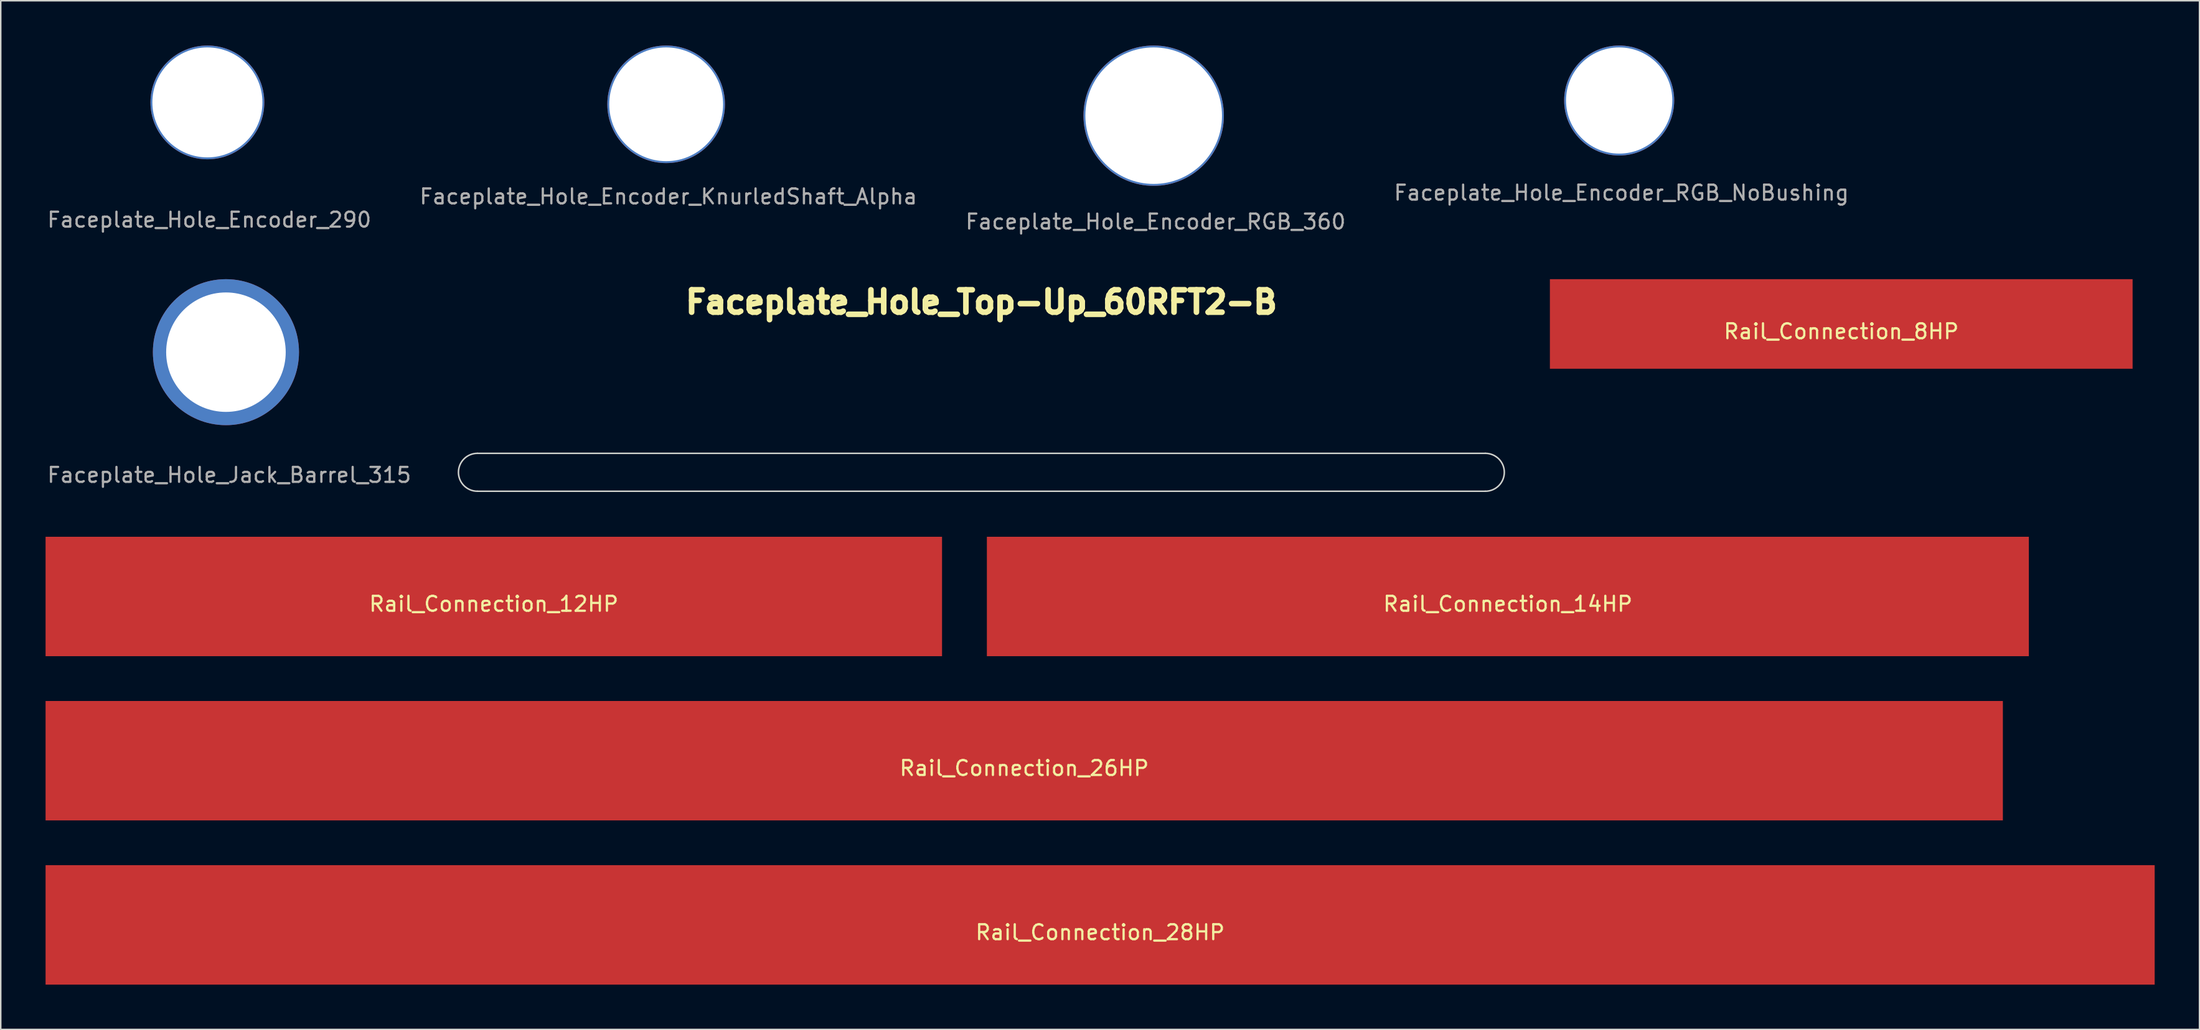
<source format=kicad_pcb>
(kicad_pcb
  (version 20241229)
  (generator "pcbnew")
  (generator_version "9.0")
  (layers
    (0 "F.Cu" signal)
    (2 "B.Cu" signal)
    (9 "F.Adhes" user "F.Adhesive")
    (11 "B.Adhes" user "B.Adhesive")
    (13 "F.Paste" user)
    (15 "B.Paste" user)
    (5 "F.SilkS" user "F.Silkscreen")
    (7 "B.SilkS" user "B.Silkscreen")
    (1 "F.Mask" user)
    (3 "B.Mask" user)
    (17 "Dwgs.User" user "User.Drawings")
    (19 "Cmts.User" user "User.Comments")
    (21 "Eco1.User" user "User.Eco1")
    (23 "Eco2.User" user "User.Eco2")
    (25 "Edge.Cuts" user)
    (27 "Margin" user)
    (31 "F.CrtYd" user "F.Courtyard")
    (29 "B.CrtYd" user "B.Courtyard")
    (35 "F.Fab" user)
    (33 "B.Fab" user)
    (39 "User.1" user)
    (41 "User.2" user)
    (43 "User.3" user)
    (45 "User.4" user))
  (footprint "Rail_Connection_28HP"
    (layer "F.Cu")
    (at 70.58 58.907)
    (property "Reference" "Rail_Connection_28HP" (at 0 0.5 0) (layer "F.SilkS") (effects (font (size 1 1) (thickness 0.15))))
    (attr through_hole)
    (pad "1" smd rect (at 0 0) (size 141.16 8) (layers "F.Cu" "F.Mask" "F.Paste")))
  (footprint "Rail_Connection_26HP"
    (layer "F.Cu")
    (at 65.5 47.907)
    (property "Reference" "Rail_Connection_26HP" (at 0 0.5 0) (layer "F.SilkS") (effects (font (size 1 1) (thickness 0.15))))
    (attr through_hole)
    (pad "1" smd rect (at 0 0) (size 131 8) (layers "F.Cu" "F.Mask" "F.Paste")))
  (footprint "Rail_Connection_8HP"
    (layer "F.Cu")
    (at 120.183 18.651)
    (property "Reference" "Rail_Connection_8HP" (at 0 0.5 0) (layer "F.SilkS") (effects (font (size 1 1) (thickness 0.15))))
    (attr through_hole)
    (pad "1" smd rect (at 0 0) (size 39 6) (layers "F.Cu" "F.Mask" "F.Paste")))
  (footprint "Rail_Connection_12HP"
    (layer "F.Cu")
    (at 30 36.907)
    (property "Reference" "Rail_Connection_12HP" (at 0 0.5 0) (layer "F.SilkS") (effects (font (size 1 1) (thickness 0.15))))
    (attr through_hole)
    (pad "1" smd rect (at 0 0) (size 60 8) (layers "F.Cu" "F.Mask" "F.Paste")))
  (footprint "Faceplate_Hole_Encoder_RGB_NoBushing"
    (layer "F.Cu")
    (at 105.32 3.683)
    (property "Reference" "Faceplate_Hole_Encoder_RGB_NoBushing" (at 0.15 6.18 0) (layer "F.Fab") (effects (font (size 1 1) (thickness 0.15))))
    (attr through_hole)
    (pad "1" thru_hole circle (at 0 0) (size 7.366 7.366) (drill 7.112) (layers "*.Cu" "*.Mask")))
  (footprint "Faceplate_Hole_Top-Up_60RFT2-B"
    (layer "F.Cu")
    (at 62.633 28.587)
    (property "Reference" "Faceplate_Hole_Top-Up_60RFT2-B" (at 0 -11.4 0) (layer "F.SilkS") (effects (font (size 1.5 1.5) (thickness 0.375) (bold yes))))
    (attr through_hole)
    (fp_line (start -33.73 -1.27) (end 33.73 -1.27) (stroke (width 0.1) (type solid)) (layer "Edge.Cuts"))
    (fp_line (start -33.73 1.27) (end 33.73 1.27) (stroke (width 0.1) (type solid)) (layer "Edge.Cuts"))
    (fp_arc (start -33.73 1.27) (mid -35 0) (end -33.73 -1.27) (stroke (width 0.1) (type solid)) (layer "Edge.Cuts"))
    (fp_arc (start 33.73 -1.27) (mid 35 0) (end 33.73 1.27) (stroke (width 0.1) (type solid)) (layer "Edge.Cuts")))
  (footprint "Faceplate_Hole_Encoder_290"
    (layer "F.Cu")
    (at 10.831 3.81)
    (property "Reference" "Faceplate_Hole_Encoder_290" (at 0.127 7.866 0) (layer "F.Fab") (effects (font (size 1 1) (thickness 0.15))))
    (attr through_hole)
    (pad "1" thru_hole circle (at 0 0) (size 7.62 7.62) (drill 7.366) (layers "*.Cu" "*.Mask")))
  (footprint "Faceplate_Hole_Encoder_KnurledShaft_Alpha"
    (layer "F.Cu")
    (at 41.535 3.937)
    (property "Reference" "Faceplate_Hole_Encoder_KnurledShaft_Alpha" (at 0.15 6.18 0) (layer "F.Fab") (effects (font (size 1 1) (thickness 0.15))))
    (attr through_hole)
    (pad "1" thru_hole circle (at 0 0) (size 7.874 7.874) (drill 7.62) (layers "*.Cu" "*.Mask")))
  (footprint "Faceplate_Hole_Jack_Barrel_315"
    (layer "F.Cu")
    (at 12.072 20.541)
    (property "Reference" "Faceplate_Hole_Jack_Barrel_315" (at 0.22 8.23 0) (layer "F.Fab") (effects (font (size 1 1) (thickness 0.15))))
    (attr through_hole)
    (pad "1" thru_hole circle (at 0 0) (size 9.779 9.779) (drill 8.001) (layers "*.Cu" "*.Mask")))
  (footprint "Faceplate_Hole_Encoder_RGB_360"
    (layer "F.Cu")
    (at 74.165 4.699)
    (property "Reference" "Faceplate_Hole_Encoder_RGB_360" (at 0.127 7.104 0) (layer "F.Fab") (effects (font (size 1 1) (thickness 0.15))))
    (attr through_hole)
    (pad "1" thru_hole circle (at 0 0) (size 9.398 9.398) (drill 9.144) (layers "*.Cu" "*.Mask")))
  (footprint "Rail_Connection_14HP"
    (layer "F.Cu")
    (at 97.869 36.907)
    (property "Reference" "Rail_Connection_14HP" (at 0 0.5 0) (layer "F.SilkS") (effects (font (size 1 1) (thickness 0.15))))
    (attr through_hole)
    (pad "1" smd rect (at 0 0) (size 69.737 8) (layers "F.Cu" "F.Mask" "F.Paste")))
  (gr_rect
    (start -3 -3)
    (end 144.16 65.907)
    (stroke (width 0.1) (type default))
    (fill no)
    (layer "Edge.Cuts")))
</source>
